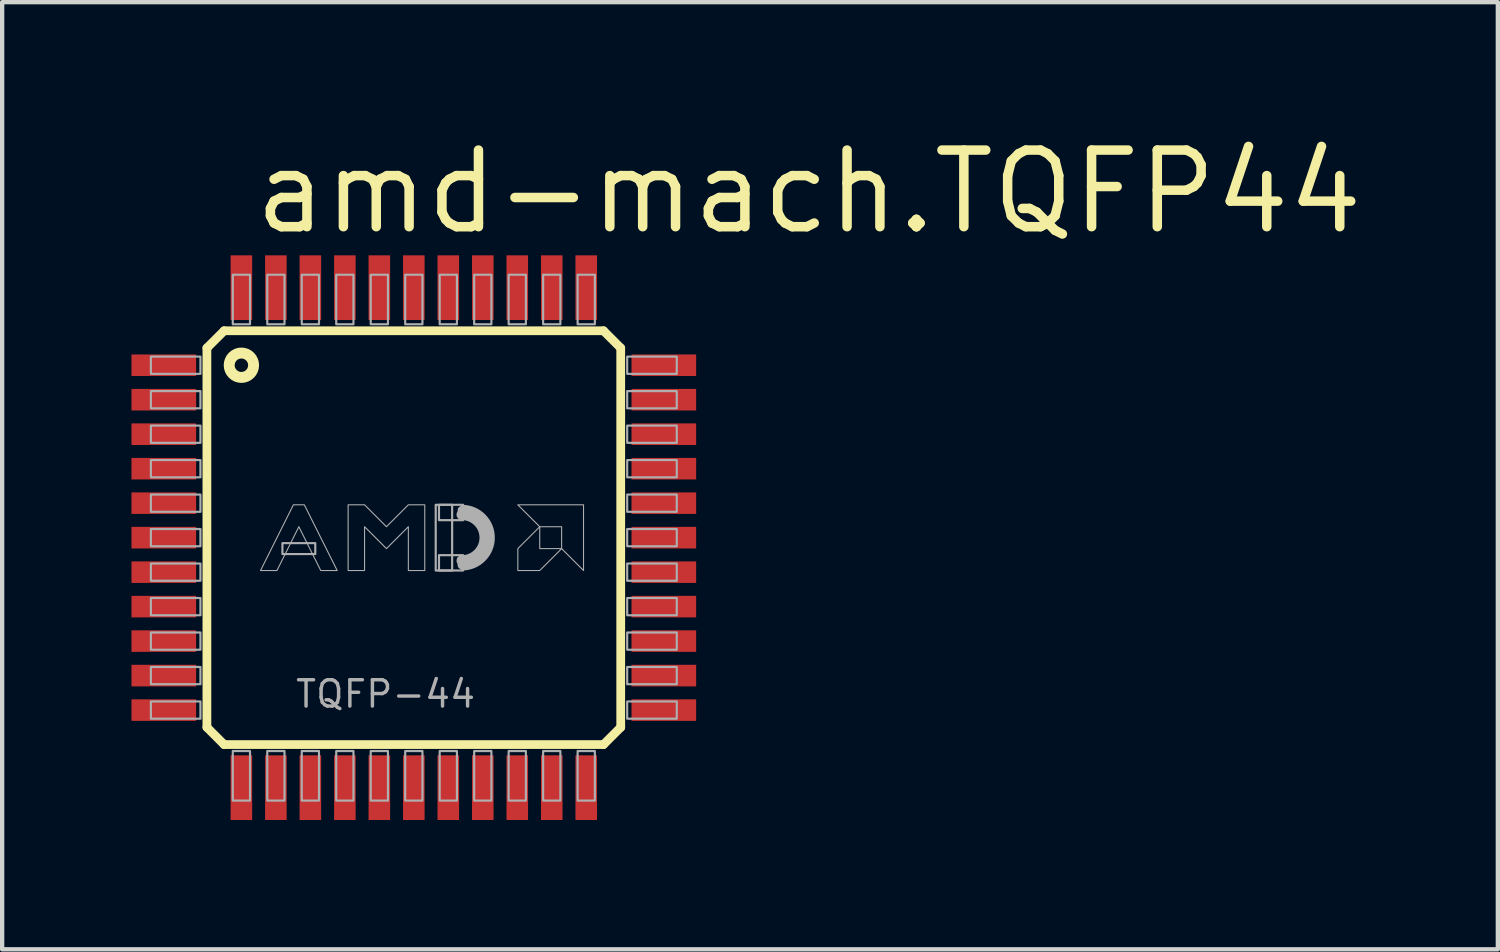
<source format=kicad_pcb>
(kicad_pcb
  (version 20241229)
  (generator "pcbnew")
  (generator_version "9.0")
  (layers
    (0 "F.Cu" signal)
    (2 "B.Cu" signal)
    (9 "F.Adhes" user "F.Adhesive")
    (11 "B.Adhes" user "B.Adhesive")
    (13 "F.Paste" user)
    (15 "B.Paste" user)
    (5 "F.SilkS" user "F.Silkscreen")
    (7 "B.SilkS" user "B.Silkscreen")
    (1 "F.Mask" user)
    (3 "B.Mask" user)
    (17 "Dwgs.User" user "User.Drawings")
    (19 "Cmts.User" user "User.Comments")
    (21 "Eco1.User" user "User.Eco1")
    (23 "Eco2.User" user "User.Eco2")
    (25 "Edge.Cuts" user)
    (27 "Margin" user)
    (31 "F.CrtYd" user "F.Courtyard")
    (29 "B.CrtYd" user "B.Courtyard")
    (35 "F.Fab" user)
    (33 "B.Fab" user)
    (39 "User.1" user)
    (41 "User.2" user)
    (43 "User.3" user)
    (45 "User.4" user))
  (footprint "amd-mach.TQFP44"
    (layer "F.Cu")
    (at 6.55 9.423)
    (property "Reference" "amd-mach.TQFP44" (at -3.81 -6.985 0) (layer "F.SilkS") (effects (font (size 1.778 1.778) (thickness 0.22)) (justify left bottom)))
    (attr smd)
    (fp_line (start -4.8 -4.4) (end -4.4 -4.8) (stroke (width 0.203) (type default)) (layer "F.SilkS"))
    (fp_line (start -4.8 4.4) (end -4.8 -4.4) (stroke (width 0.203) (type default)) (layer "F.SilkS"))
    (fp_line (start -4.4 -4.8) (end 4.4 -4.8) (stroke (width 0.203) (type default)) (layer "F.SilkS"))
    (fp_line (start -4.4 4.8) (end -4.8 4.4) (stroke (width 0.203) (type default)) (layer "F.SilkS"))
    (fp_line (start 4.4 -4.8) (end 4.8 -4.4) (stroke (width 0.203) (type default)) (layer "F.SilkS"))
    (fp_line (start 4.4 4.8) (end -4.4 4.8) (stroke (width 0.203) (type default)) (layer "F.SilkS"))
    (fp_line (start 4.8 -4.4) (end 4.8 4.4) (stroke (width 0.203) (type default)) (layer "F.SilkS"))
    (fp_line (start 4.8 4.4) (end 4.4 4.8) (stroke (width 0.203) (type default)) (layer "F.SilkS"))
    (fp_circle (center -4 -4) (end -3.717 -4) (stroke (width 0.254) (type default)) (fill no) (layer "F.SilkS"))
    (fp_rect (start -6.1 -3.8) (end -4.95 -4.2) (stroke (width 0.05) (type default)) (fill no) (layer "F.Fab"))
    (fp_rect (start -6.1 -3) (end -4.95 -3.4) (stroke (width 0.05) (type default)) (fill no) (layer "F.Fab"))
    (fp_rect (start -6.1 -2.2) (end -4.95 -2.6) (stroke (width 0.05) (type default)) (fill no) (layer "F.Fab"))
    (fp_rect (start -6.1 -1.4) (end -4.95 -1.8) (stroke (width 0.05) (type default)) (fill no) (layer "F.Fab"))
    (fp_rect (start -6.1 -0.6) (end -4.95 -1) (stroke (width 0.05) (type default)) (fill no) (layer "F.Fab"))
    (fp_rect (start -6.1 0.2) (end -4.95 -0.2) (stroke (width 0.05) (type default)) (fill no) (layer "F.Fab"))
    (fp_rect (start -6.1 1) (end -4.95 0.6) (stroke (width 0.05) (type default)) (fill no) (layer "F.Fab"))
    (fp_rect (start -6.1 1.8) (end -4.95 1.4) (stroke (width 0.05) (type default)) (fill no) (layer "F.Fab"))
    (fp_rect (start -6.1 2.6) (end -4.95 2.2) (stroke (width 0.05) (type default)) (fill no) (layer "F.Fab"))
    (fp_rect (start -6.1 3.4) (end -4.95 3) (stroke (width 0.05) (type default)) (fill no) (layer "F.Fab"))
    (fp_rect (start -6.1 4.2) (end -4.95 3.8) (stroke (width 0.05) (type default)) (fill no) (layer "F.Fab"))
    (fp_rect (start -4.2 -4.95) (end -3.8 -6.1) (stroke (width 0.05) (type default)) (fill no) (layer "F.Fab"))
    (fp_rect (start -4.2 6.1) (end -3.8 4.95) (stroke (width 0.05) (type default)) (fill no) (layer "F.Fab"))
    (fp_rect (start -3.4 -4.95) (end -3 -6.1) (stroke (width 0.05) (type default)) (fill no) (layer "F.Fab"))
    (fp_rect (start -3.4 6.1) (end -3 4.95) (stroke (width 0.05) (type default)) (fill no) (layer "F.Fab"))
    (fp_rect (start -3.048 0.381) (end -2.286 0.127) (stroke (width 0.05) (type default)) (fill no) (layer "F.Fab"))
    (fp_rect (start -2.6 -4.95) (end -2.2 -6.1) (stroke (width 0.05) (type default)) (fill no) (layer "F.Fab"))
    (fp_rect (start -2.6 6.1) (end -2.2 4.95) (stroke (width 0.05) (type default)) (fill no) (layer "F.Fab"))
    (fp_rect (start -1.8 -4.95) (end -1.4 -6.1) (stroke (width 0.05) (type default)) (fill no) (layer "F.Fab"))
    (fp_rect (start -1.8 6.1) (end -1.4 4.95) (stroke (width 0.05) (type default)) (fill no) (layer "F.Fab"))
    (fp_rect (start -1 -4.95) (end -0.6 -6.1) (stroke (width 0.05) (type default)) (fill no) (layer "F.Fab"))
    (fp_rect (start -1 6.1) (end -0.6 4.95) (stroke (width 0.05) (type default)) (fill no) (layer "F.Fab"))
    (fp_rect (start -0.2 -4.95) (end 0.2 -6.1) (stroke (width 0.05) (type default)) (fill no) (layer "F.Fab"))
    (fp_rect (start -0.2 6.1) (end 0.2 4.95) (stroke (width 0.05) (type default)) (fill no) (layer "F.Fab"))
    (fp_rect (start 0.508 0.762) (end 0.889 -0.762) (stroke (width 0.05) (type default)) (fill no) (layer "F.Fab"))
    (fp_rect (start 0.584 -0.406) (end 1.143 -0.762) (stroke (width 0.05) (type default)) (fill no) (layer "F.Fab"))
    (fp_rect (start 0.584 0.762) (end 1.143 0.406) (stroke (width 0.05) (type default)) (fill no) (layer "F.Fab"))
    (fp_rect (start 0.6 -4.95) (end 1 -6.1) (stroke (width 0.05) (type default)) (fill no) (layer "F.Fab"))
    (fp_rect (start 0.6 6.1) (end 1 4.95) (stroke (width 0.05) (type default)) (fill no) (layer "F.Fab"))
    (fp_rect (start 1.4 -4.95) (end 1.8 -6.1) (stroke (width 0.05) (type default)) (fill no) (layer "F.Fab"))
    (fp_rect (start 1.4 6.1) (end 1.8 4.95) (stroke (width 0.05) (type default)) (fill no) (layer "F.Fab"))
    (fp_rect (start 2.2 -4.95) (end 2.6 -6.1) (stroke (width 0.05) (type default)) (fill no) (layer "F.Fab"))
    (fp_rect (start 2.2 6.1) (end 2.6 4.95) (stroke (width 0.05) (type default)) (fill no) (layer "F.Fab"))
    (fp_rect (start 3 -4.95) (end 3.4 -6.1) (stroke (width 0.05) (type default)) (fill no) (layer "F.Fab"))
    (fp_rect (start 3 6.1) (end 3.4 4.95) (stroke (width 0.05) (type default)) (fill no) (layer "F.Fab"))
    (fp_rect (start 3.8 -4.95) (end 4.2 -6.1) (stroke (width 0.05) (type default)) (fill no) (layer "F.Fab"))
    (fp_rect (start 3.8 6.1) (end 4.2 4.95) (stroke (width 0.05) (type default)) (fill no) (layer "F.Fab"))
    (fp_rect (start 4.95 -3.8) (end 6.1 -4.2) (stroke (width 0.05) (type default)) (fill no) (layer "F.Fab"))
    (fp_rect (start 4.95 -3) (end 6.1 -3.4) (stroke (width 0.05) (type default)) (fill no) (layer "F.Fab"))
    (fp_rect (start 4.95 -2.2) (end 6.1 -2.6) (stroke (width 0.05) (type default)) (fill no) (layer "F.Fab"))
    (fp_rect (start 4.95 -1.4) (end 6.1 -1.8) (stroke (width 0.05) (type default)) (fill no) (layer "F.Fab"))
    (fp_rect (start 4.95 -0.6) (end 6.1 -1) (stroke (width 0.05) (type default)) (fill no) (layer "F.Fab"))
    (fp_rect (start 4.95 0.2) (end 6.1 -0.2) (stroke (width 0.05) (type default)) (fill no) (layer "F.Fab"))
    (fp_rect (start 4.95 1) (end 6.1 0.6) (stroke (width 0.05) (type default)) (fill no) (layer "F.Fab"))
    (fp_rect (start 4.95 1.8) (end 6.1 1.4) (stroke (width 0.05) (type default)) (fill no) (layer "F.Fab"))
    (fp_rect (start 4.95 2.6) (end 6.1 2.2) (stroke (width 0.05) (type default)) (fill no) (layer "F.Fab"))
    (fp_rect (start 4.95 3.4) (end 6.1 3) (stroke (width 0.05) (type default)) (fill no) (layer "F.Fab"))
    (fp_rect (start 4.95 4.2) (end 6.1 3.8) (stroke (width 0.05) (type default)) (fill no) (layer "F.Fab"))
    (fp_arc (start 1.1176 -0.7366) (mid 1.8542 0) (end 1.1176 0.7366) (stroke (width 0.0508) (type default)) (layer "F.Fab"))
    (fp_arc (start 1.1176 -0.635) (mid 1.7526 0) (end 1.1176 0.635) (stroke (width 0.2032) (type default)) (layer "F.Fab"))
    (fp_arc (start 1.1176 -0.5334) (mid 1.651 0) (end 1.1176 0.5334) (stroke (width 0.254) (type default)) (layer "F.Fab"))
    (fp_poly (pts (xy 2.413 -0.762) (xy 3.937 -0.762) (xy 3.937 0.762) (xy 3.429 0.254) (xy 3.429 -0.254) (xy 2.921 -0.254)) (stroke (width 0.025) (type default)) (fill no) (layer "F.Fab"))
    (fp_poly (pts (xy 2.921 -0.254) (xy 2.413 0.254) (xy 2.413 0.762) (xy 2.921 0.762) (xy 3.429 0.254) (xy 2.921 0.254)) (stroke (width 0.025) (type default)) (fill no) (layer "F.Fab"))
    (fp_poly (pts (xy -3.556 0.762) (xy -2.794 -0.762) (xy -2.54 -0.762) (xy -1.778 0.762) (xy -2.159 0.762) (xy -2.667 -0.254) (xy -3.175 0.762)) (stroke (width 0.025) (type default)) (fill no) (layer "F.Fab"))
    (fp_poly (pts (xy -1.524 0.762) (xy -1.524 -0.762) (xy -1.143 -0.762) (xy -0.635 -0.254) (xy -0.127 -0.762) (xy 0.254 -0.762) (xy 0.254 0.762) (xy -0.127 0.762) (xy -0.127 -0.254) (xy -0.635 0.254) (xy -1.143 -0.254) (xy -1.143 0.762)) (stroke (width 0.025) (type default)) (fill no) (layer "F.Fab"))
    (fp_text user "TQFP-44" (at -2.785 3.985 0) (layer "F.Fab") (effects (font (size 0.61 0.61) (thickness 0.08)) (justify left bottom)))
    (pad "1" smd roundrect (at -5.8 -4) (size 1.5 0.5) (layers "F.Cu" "F.Mask" "F.Paste") (roundrect_rratio 0.01))
    (pad "2" smd roundrect (at -5.8 -3.2) (size 1.5 0.5) (layers "F.Cu" "F.Mask" "F.Paste") (roundrect_rratio 0.01))
    (pad "3" smd roundrect (at -5.8 -2.4) (size 1.5 0.5) (layers "F.Cu" "F.Mask" "F.Paste") (roundrect_rratio 0.01))
    (pad "4" smd roundrect (at -5.8 -1.6) (size 1.5 0.5) (layers "F.Cu" "F.Mask" "F.Paste") (roundrect_rratio 0.01))
    (pad "5" smd roundrect (at -5.8 -0.8) (size 1.5 0.5) (layers "F.Cu" "F.Mask" "F.Paste") (roundrect_rratio 0.01))
    (pad "6" smd roundrect (at -5.8 0) (size 1.5 0.5) (layers "F.Cu" "F.Mask" "F.Paste") (roundrect_rratio 0.01))
    (pad "7" smd roundrect (at -5.8 0.8) (size 1.5 0.5) (layers "F.Cu" "F.Mask" "F.Paste") (roundrect_rratio 0.01))
    (pad "8" smd roundrect (at -5.8 1.6) (size 1.5 0.5) (layers "F.Cu" "F.Mask" "F.Paste") (roundrect_rratio 0.01))
    (pad "9" smd roundrect (at -5.8 2.4) (size 1.5 0.5) (layers "F.Cu" "F.Mask" "F.Paste") (roundrect_rratio 0.01))
    (pad "10" smd roundrect (at -5.8 3.2) (size 1.5 0.5) (layers "F.Cu" "F.Mask" "F.Paste") (roundrect_rratio 0.01))
    (pad "11" smd roundrect (at -5.8 4) (size 1.5 0.5) (layers "F.Cu" "F.Mask" "F.Paste") (roundrect_rratio 0.01))
    (pad "12" smd roundrect (at -4 5.8) (size 0.5 1.5) (layers "F.Cu" "F.Mask" "F.Paste") (roundrect_rratio 0.01))
    (pad "13" smd roundrect (at -3.2 5.8) (size 0.5 1.5) (layers "F.Cu" "F.Mask" "F.Paste") (roundrect_rratio 0.01))
    (pad "14" smd roundrect (at -2.4 5.8) (size 0.5 1.5) (layers "F.Cu" "F.Mask" "F.Paste") (roundrect_rratio 0.01))
    (pad "15" smd roundrect (at -1.6 5.8) (size 0.5 1.5) (layers "F.Cu" "F.Mask" "F.Paste") (roundrect_rratio 0.01))
    (pad "16" smd roundrect (at -0.8 5.8) (size 0.5 1.5) (layers "F.Cu" "F.Mask" "F.Paste") (roundrect_rratio 0.01))
    (pad "17" smd roundrect (at 0 5.8) (size 0.5 1.5) (layers "F.Cu" "F.Mask" "F.Paste") (roundrect_rratio 0.01))
    (pad "18" smd roundrect (at 0.8 5.8) (size 0.5 1.5) (layers "F.Cu" "F.Mask" "F.Paste") (roundrect_rratio 0.01))
    (pad "19" smd roundrect (at 1.6 5.8) (size 0.5 1.5) (layers "F.Cu" "F.Mask" "F.Paste") (roundrect_rratio 0.01))
    (pad "20" smd roundrect (at 2.4 5.8) (size 0.5 1.5) (layers "F.Cu" "F.Mask" "F.Paste") (roundrect_rratio 0.01))
    (pad "21" smd roundrect (at 3.2 5.8) (size 0.5 1.5) (layers "F.Cu" "F.Mask" "F.Paste") (roundrect_rratio 0.01))
    (pad "22" smd roundrect (at 4 5.8) (size 0.5 1.5) (layers "F.Cu" "F.Mask" "F.Paste") (roundrect_rratio 0.01))
    (pad "23" smd roundrect (at 5.8 4) (size 1.5 0.5) (layers "F.Cu" "F.Mask" "F.Paste") (roundrect_rratio 0.01))
    (pad "24" smd roundrect (at 5.8 3.2) (size 1.5 0.5) (layers "F.Cu" "F.Mask" "F.Paste") (roundrect_rratio 0.01))
    (pad "25" smd roundrect (at 5.8 2.4) (size 1.5 0.5) (layers "F.Cu" "F.Mask" "F.Paste") (roundrect_rratio 0.01))
    (pad "26" smd roundrect (at 5.8 1.6) (size 1.5 0.5) (layers "F.Cu" "F.Mask" "F.Paste") (roundrect_rratio 0.01))
    (pad "27" smd roundrect (at 5.8 0.8) (size 1.5 0.5) (layers "F.Cu" "F.Mask" "F.Paste") (roundrect_rratio 0.01))
    (pad "28" smd roundrect (at 5.8 0) (size 1.5 0.5) (layers "F.Cu" "F.Mask" "F.Paste") (roundrect_rratio 0.01))
    (pad "29" smd roundrect (at 5.8 -0.8) (size 1.5 0.5) (layers "F.Cu" "F.Mask" "F.Paste") (roundrect_rratio 0.01))
    (pad "30" smd roundrect (at 5.8 -1.6) (size 1.5 0.5) (layers "F.Cu" "F.Mask" "F.Paste") (roundrect_rratio 0.01))
    (pad "31" smd roundrect (at 5.8 -2.4) (size 1.5 0.5) (layers "F.Cu" "F.Mask" "F.Paste") (roundrect_rratio 0.01))
    (pad "32" smd roundrect (at 5.8 -3.2) (size 1.5 0.5) (layers "F.Cu" "F.Mask" "F.Paste") (roundrect_rratio 0.01))
    (pad "33" smd roundrect (at 5.8 -4) (size 1.5 0.5) (layers "F.Cu" "F.Mask" "F.Paste") (roundrect_rratio 0.01))
    (pad "34" smd roundrect (at 4 -5.8) (size 0.5 1.5) (layers "F.Cu" "F.Mask" "F.Paste") (roundrect_rratio 0.01))
    (pad "35" smd roundrect (at 3.2 -5.8) (size 0.5 1.5) (layers "F.Cu" "F.Mask" "F.Paste") (roundrect_rratio 0.01))
    (pad "36" smd roundrect (at 2.4 -5.8) (size 0.5 1.5) (layers "F.Cu" "F.Mask" "F.Paste") (roundrect_rratio 0.01))
    (pad "37" smd roundrect (at 1.6 -5.8) (size 0.5 1.5) (layers "F.Cu" "F.Mask" "F.Paste") (roundrect_rratio 0.01))
    (pad "38" smd roundrect (at 0.8 -5.8) (size 0.5 1.5) (layers "F.Cu" "F.Mask" "F.Paste") (roundrect_rratio 0.01))
    (pad "39" smd roundrect (at 0 -5.8) (size 0.5 1.5) (layers "F.Cu" "F.Mask" "F.Paste") (roundrect_rratio 0.01))
    (pad "40" smd roundrect (at -0.8 -5.8) (size 0.5 1.5) (layers "F.Cu" "F.Mask" "F.Paste") (roundrect_rratio 0.01))
    (pad "41" smd roundrect (at -1.6 -5.8) (size 0.5 1.5) (layers "F.Cu" "F.Mask" "F.Paste") (roundrect_rratio 0.01))
    (pad "42" smd roundrect (at -2.4 -5.8) (size 0.5 1.5) (layers "F.Cu" "F.Mask" "F.Paste") (roundrect_rratio 0.01))
    (pad "43" smd roundrect (at -3.2 -5.8) (size 0.5 1.5) (layers "F.Cu" "F.Mask" "F.Paste") (roundrect_rratio 0.01))
    (pad "44" smd roundrect (at -4 -5.8) (size 0.5 1.5) (layers "F.Cu" "F.Mask" "F.Paste") (roundrect_rratio 0.01)))
  (gr_rect
    (start -3 -3)
    (end 31.698 18.973)
    (stroke (width 0.1) (type default))
    (fill no)
    (layer "Edge.Cuts")))
</source>
